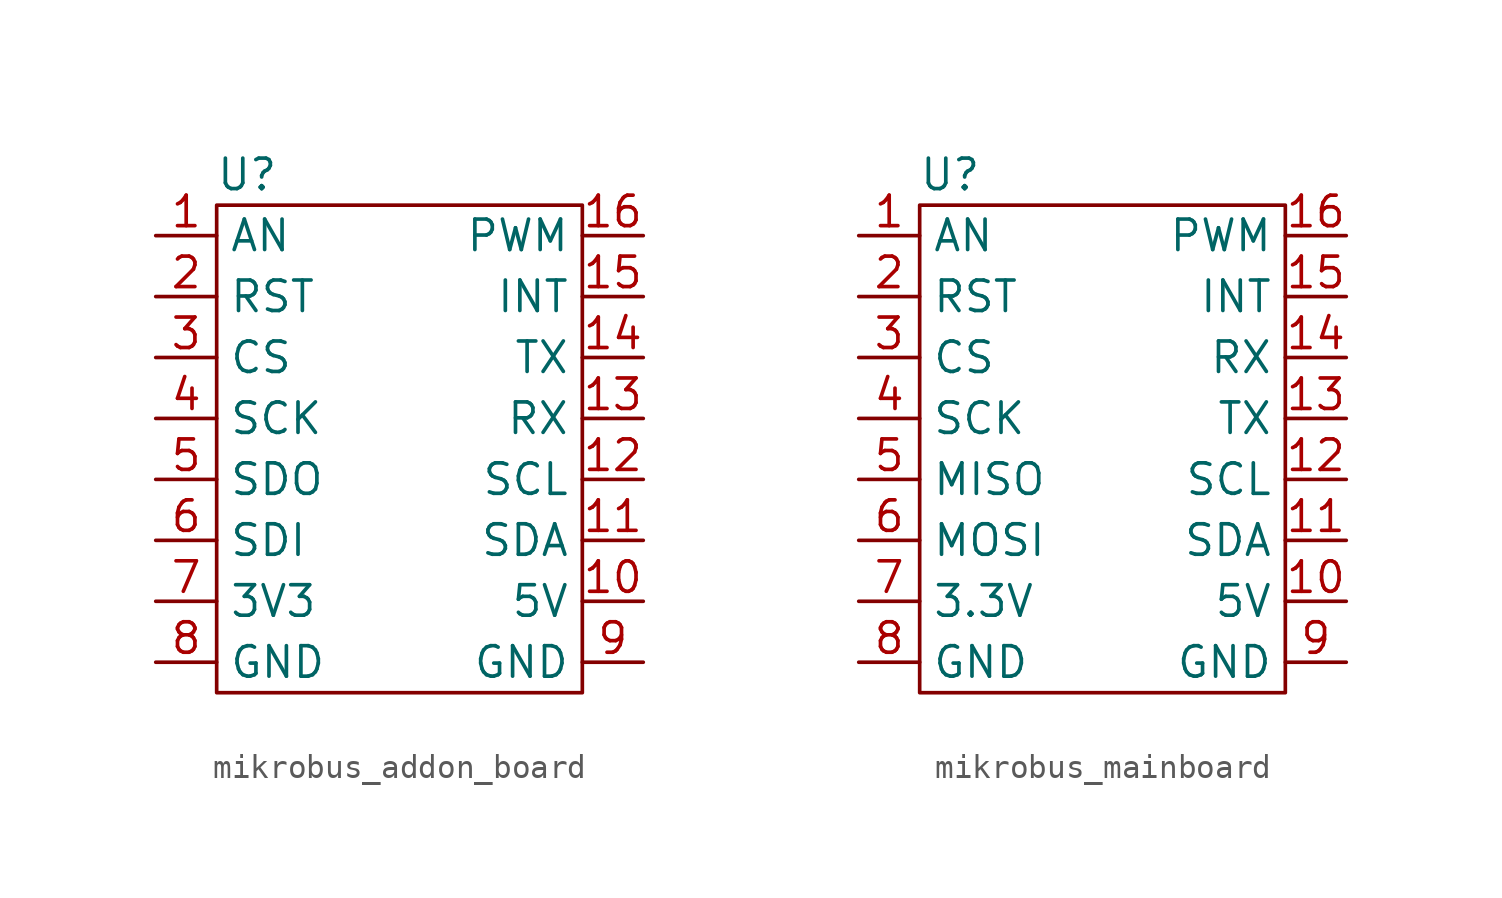
<source format=kicad_sym>
(kicad_symbol_lib
  (version 20220914)
  (generator kicad_symbol_editor)
  (symbol "mikrobus_addon_board"
    (property "Reference" "U"
      (at 1.27 2.54 0)
      (effects (font (size 1.27 1.27))))
    (symbol "mikrobus_addon_board_0_1"
      (rectangle (start 0 1.27) (end 15.24 -19.05) (stroke (width 0) (type default)) (fill (type none))))
    (symbol "mikrobus_addon_board_1_1"
      (pin bidirectional line (at -2.54 0 0) (length 2.54) (name "AN" (effects (font (size 1.27 1.27)))) (number "1" (effects (font (size 1.27 1.27)))))
      (pin power_in line (at 17.78 -15.24 180) (length 2.54) (name "5V" (effects (font (size 1.27 1.27)))) (number "10" (effects (font (size 1.27 1.27)))))
      (pin bidirectional line (at 17.78 -12.7 180) (length 2.54) (name "SDA" (effects (font (size 1.27 1.27)))) (number "11" (effects (font (size 1.27 1.27)))))
      (pin bidirectional line (at 17.78 -10.16 180) (length 2.54) (name "SCL" (effects (font (size 1.27 1.27)))) (number "12" (effects (font (size 1.27 1.27)))))
      (pin bidirectional line (at 17.78 -7.62 180) (length 2.54) (name "RX" (effects (font (size 1.27 1.27)))) (number "13" (effects (font (size 1.27 1.27)))))
      (pin bidirectional line (at 17.78 -5.08 180) (length 2.54) (name "TX" (effects (font (size 1.27 1.27)))) (number "14" (effects (font (size 1.27 1.27)))))
      (pin bidirectional line (at 17.78 -2.54 180) (length 2.54) (name "INT" (effects (font (size 1.27 1.27)))) (number "15" (effects (font (size 1.27 1.27)))))
      (pin bidirectional line (at 17.78 0 180) (length 2.54) (name "PWM" (effects (font (size 1.27 1.27)))) (number "16" (effects (font (size 1.27 1.27)))))
      (pin bidirectional line (at -2.54 -2.54 0) (length 2.54) (name "RST" (effects (font (size 1.27 1.27)))) (number "2" (effects (font (size 1.27 1.27)))))
      (pin bidirectional line (at -2.54 -5.08 0) (length 2.54) (name "CS" (effects (font (size 1.27 1.27)))) (number "3" (effects (font (size 1.27 1.27)))))
      (pin bidirectional line (at -2.54 -7.62 0) (length 2.54) (name "SCK" (effects (font (size 1.27 1.27)))) (number "4" (effects (font (size 1.27 1.27)))))
      (pin bidirectional line (at -2.54 -10.16 0) (length 2.54) (name "SDO" (effects (font (size 1.27 1.27)))) (number "5" (effects (font (size 1.27 1.27)))))
      (pin bidirectional line (at -2.54 -12.7 0) (length 2.54) (name "SDI" (effects (font (size 1.27 1.27)))) (number "6" (effects (font (size 1.27 1.27)))))
      (pin power_in line (at -2.54 -15.24 0) (length 2.54) (name "3V3" (effects (font (size 1.27 1.27)))) (number "7" (effects (font (size 1.27 1.27)))))
      (pin power_in line (at -2.54 -17.78 0) (length 2.54) (name "GND" (effects (font (size 1.27 1.27)))) (number "8" (effects (font (size 1.27 1.27)))))
      (pin power_in line (at 17.78 -17.78 180) (length 2.54) (name "GND" (effects (font (size 1.27 1.27)))) (number "9" (effects (font (size 1.27 1.27)))))))
  (symbol "mikrobus_mainboard"
    (property "Reference" "U"
      (at 1.27 2.54 0)
      (effects (font (size 1.27 1.27))))
    (symbol "mikrobus_mainboard_0_1"
      (rectangle (start 0 1.27) (end 15.24 -19.05) (stroke (width 0) (type default)) (fill (type none))))
    (symbol "mikrobus_mainboard_1_1"
      (pin bidirectional line (at -2.54 0 0) (length 2.54) (name "AN" (effects (font (size 1.27 1.27)))) (number "1" (effects (font (size 1.27 1.27)))))
      (pin power_in line (at 17.78 -15.24 180) (length 2.54) (name "5V" (effects (font (size 1.27 1.27)))) (number "10" (effects (font (size 1.27 1.27)))))
      (pin bidirectional line (at 17.78 -12.7 180) (length 2.54) (name "SDA" (effects (font (size 1.27 1.27)))) (number "11" (effects (font (size 1.27 1.27)))))
      (pin bidirectional line (at 17.78 -10.16 180) (length 2.54) (name "SCL" (effects (font (size 1.27 1.27)))) (number "12" (effects (font (size 1.27 1.27)))))
      (pin bidirectional line (at 17.78 -7.62 180) (length 2.54) (name "TX" (effects (font (size 1.27 1.27)))) (number "13" (effects (font (size 1.27 1.27)))))
      (pin bidirectional line (at 17.78 -5.08 180) (length 2.54) (name "RX" (effects (font (size 1.27 1.27)))) (number "14" (effects (font (size 1.27 1.27)))))
      (pin bidirectional line (at 17.78 -2.54 180) (length 2.54) (name "INT" (effects (font (size 1.27 1.27)))) (number "15" (effects (font (size 1.27 1.27)))))
      (pin bidirectional line (at 17.78 0 180) (length 2.54) (name "PWM" (effects (font (size 1.27 1.27)))) (number "16" (effects (font (size 1.27 1.27)))))
      (pin bidirectional line (at -2.54 -2.54 0) (length 2.54) (name "RST" (effects (font (size 1.27 1.27)))) (number "2" (effects (font (size 1.27 1.27)))))
      (pin bidirectional line (at -2.54 -5.08 0) (length 2.54) (name "CS" (effects (font (size 1.27 1.27)))) (number "3" (effects (font (size 1.27 1.27)))))
      (pin bidirectional line (at -2.54 -7.62 0) (length 2.54) (name "SCK" (effects (font (size 1.27 1.27)))) (number "4" (effects (font (size 1.27 1.27)))))
      (pin bidirectional line (at -2.54 -10.16 0) (length 2.54) (name "MISO" (effects (font (size 1.27 1.27)))) (number "5" (effects (font (size 1.27 1.27)))))
      (pin bidirectional line (at -2.54 -12.7 0) (length 2.54) (name "MOSI" (effects (font (size 1.27 1.27)))) (number "6" (effects (font (size 1.27 1.27)))))
      (pin power_in line (at -2.54 -15.24 0) (length 2.54) (name "3.3V" (effects (font (size 1.27 1.27)))) (number "7" (effects (font (size 1.27 1.27)))))
      (pin power_in line (at -2.54 -17.78 0) (length 2.54) (name "GND" (effects (font (size 1.27 1.27)))) (number "8" (effects (font (size 1.27 1.27)))))
      (pin power_in line (at 17.78 -17.78 180) (length 2.54) (name "GND" (effects (font (size 1.27 1.27)))) (number "9" (effects (font (size 1.27 1.27))))))))
</source>
